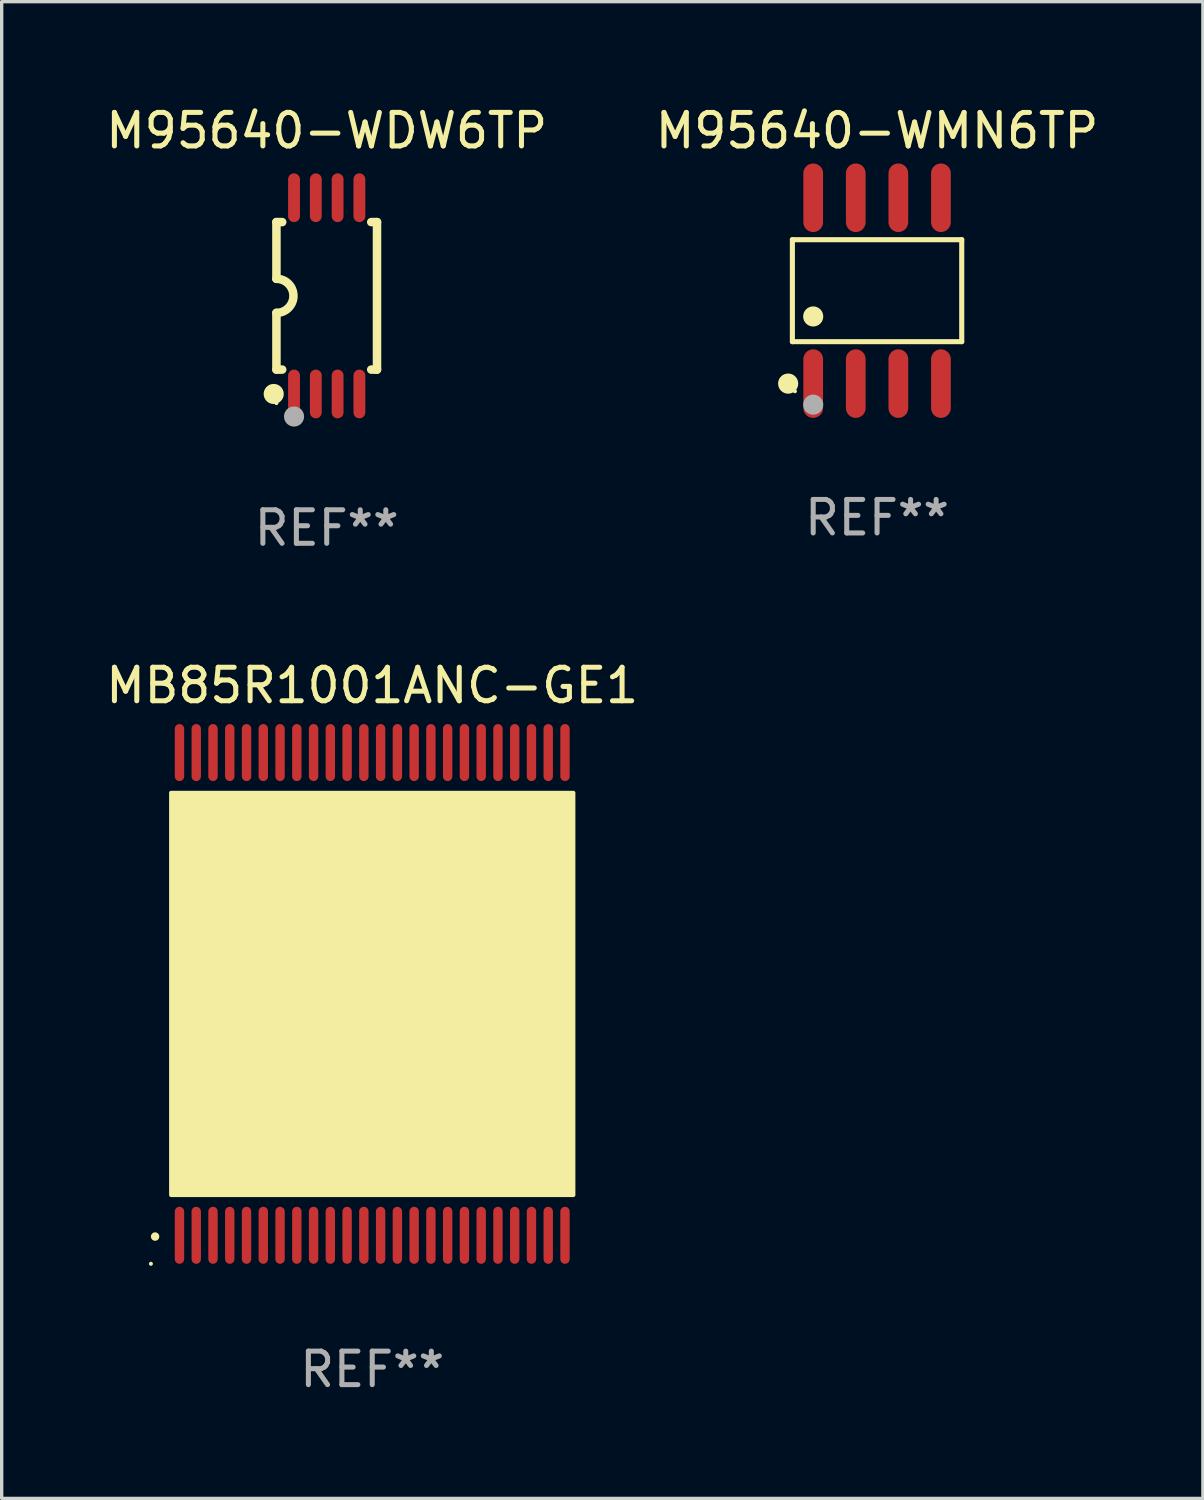
<source format=kicad_pcb>
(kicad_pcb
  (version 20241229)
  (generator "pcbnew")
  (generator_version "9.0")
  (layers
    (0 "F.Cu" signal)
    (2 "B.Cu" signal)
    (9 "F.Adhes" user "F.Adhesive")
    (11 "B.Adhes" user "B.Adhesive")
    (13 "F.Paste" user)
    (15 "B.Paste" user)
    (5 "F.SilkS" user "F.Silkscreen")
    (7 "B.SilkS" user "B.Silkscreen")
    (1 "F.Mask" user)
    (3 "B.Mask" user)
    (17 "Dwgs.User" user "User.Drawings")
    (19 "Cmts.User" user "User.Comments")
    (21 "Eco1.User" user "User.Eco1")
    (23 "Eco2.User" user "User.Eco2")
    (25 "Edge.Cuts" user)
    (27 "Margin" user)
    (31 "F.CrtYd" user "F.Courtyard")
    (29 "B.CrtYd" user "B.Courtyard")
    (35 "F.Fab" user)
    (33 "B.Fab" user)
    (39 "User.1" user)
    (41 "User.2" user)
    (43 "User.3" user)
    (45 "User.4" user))
  (footprint "M95640-WDW6TP"
    (layer "F.Cu")
    (at 6.696 5.775)
    (property "Reference" "M95640-WDW6TP" (at 0 -4.927 0) (layer "F.SilkS") (effects (font (size 1 1) (thickness 0.15))))
    (attr through_hole)
    (fp_line (start -1.5 -2.2) (end -1.5 -0.508) (stroke (width 0.254) (type solid)) (layer "F.SilkS"))
    (fp_line (start -1.5 -2.2) (end -1.328 -2.2) (stroke (width 0.254) (type solid)) (layer "F.SilkS"))
    (fp_line (start -1.5 2.2) (end -1.5 0.508) (stroke (width 0.254) (type solid)) (layer "F.SilkS"))
    (fp_line (start -1.5 2.2) (end -1.328 2.2) (stroke (width 0.254) (type solid)) (layer "F.SilkS"))
    (fp_line (start 1.328 -2.2) (end 1.5 -2.2) (stroke (width 0.254) (type solid)) (layer "F.SilkS"))
    (fp_line (start 1.328 2.2) (end 1.5 2.2) (stroke (width 0.254) (type solid)) (layer "F.SilkS"))
    (fp_line (start 1.5 -2.2) (end 1.5 2.2) (stroke (width 0.254) (type solid)) (layer "F.SilkS"))
    (fp_arc (start -1.501144 -0.508) (mid -0.993143 -0.000571) (end -1.5 0.508001) (stroke (width 0.254001) (type solid)) (layer "F.SilkS"))
    (fp_circle (center -1.581 2.927) (end -1.431 2.927) (stroke (width 0.3) (type solid)) (fill no) (layer "F.SilkS"))
    (fp_circle (center -1.5 3.2) (end -1.47 3.2) (stroke (width 0.06) (type solid)) (fill no) (layer "F.SilkS"))
    (fp_circle (center -0.975 3.6) (end -0.825 3.6) (stroke (width 0.3) (type solid)) (fill no) (layer "F.Fab"))
    (fp_text user "REF**" (at 0 6.927 0) (layer "F.Fab") (effects (font (size 1 1) (thickness 0.15))))
    (pad "1" smd oval (at -0.975 2.927) (size 0.353 1.454) (layers "F.Cu" "F.Mask" "F.Paste"))
    (pad "2" smd oval (at -0.325 2.927) (size 0.353 1.454) (layers "F.Cu" "F.Mask" "F.Paste"))
    (pad "3" smd oval (at 0.325 2.927) (size 0.353 1.454) (layers "F.Cu" "F.Mask" "F.Paste"))
    (pad "4" smd oval (at 0.975 2.927) (size 0.353 1.454) (layers "F.Cu" "F.Mask" "F.Paste"))
    (pad "5" smd oval (at 0.975 -2.927) (size 0.353 1.454) (layers "F.Cu" "F.Mask" "F.Paste"))
    (pad "6" smd oval (at 0.325 -2.927) (size 0.353 1.454) (layers "F.Cu" "F.Mask" "F.Paste"))
    (pad "7" smd oval (at -0.325 -2.927) (size 0.353 1.454) (layers "F.Cu" "F.Mask" "F.Paste"))
    (pad "8" smd oval (at -0.975 -2.927) (size 0.353 1.454) (layers "F.Cu" "F.Mask" "F.Paste")))
  (footprint "M95640-WMN6TP"
    (layer "F.Cu")
    (at 23.113 5.621)
    (property "Reference" "M95640-WMN6TP" (at 0 -4.772 0) (layer "F.SilkS") (effects (font (size 1 1) (thickness 0.15))))
    (attr through_hole)
    (fp_line (start -2.526 -1.521) (end 2.526 -1.521) (stroke (width 0.152) (type solid)) (layer "F.SilkS"))
    (fp_line (start -2.526 1.521) (end -2.526 -1.521) (stroke (width 0.152) (type solid)) (layer "F.SilkS"))
    (fp_line (start 2.526 -1.521) (end 2.526 1.521) (stroke (width 0.152) (type solid)) (layer "F.SilkS"))
    (fp_line (start 2.526 1.521) (end -2.526 1.521) (stroke (width 0.152) (type solid)) (layer "F.SilkS"))
    (fp_circle (center -2.652 2.772) (end -2.501 2.772) (stroke (width 0.3) (type solid)) (fill no) (layer "F.SilkS"))
    (fp_circle (center -2.45 3) (end -2.42 3) (stroke (width 0.06) (type solid)) (fill no) (layer "F.SilkS"))
    (fp_circle (center -1.905 0.769) (end -1.755 0.769) (stroke (width 0.3) (type solid)) (fill no) (layer "F.SilkS"))
    (fp_circle (center -1.905 3.4) (end -1.755 3.4) (stroke (width 0.3) (type solid)) (fill no) (layer "F.Fab"))
    (fp_text user "REF**" (at 0 6.772 0) (layer "F.Fab") (effects (font (size 1 1) (thickness 0.15))))
    (pad "1" smd oval (at -1.905 2.772) (size 0.588 2.045) (layers "F.Cu" "F.Mask" "F.Paste"))
    (pad "2" smd oval (at -0.635 2.772) (size 0.588 2.045) (layers "F.Cu" "F.Mask" "F.Paste"))
    (pad "3" smd oval (at 0.635 2.772) (size 0.588 2.045) (layers "F.Cu" "F.Mask" "F.Paste"))
    (pad "4" smd oval (at 1.905 2.772) (size 0.588 2.045) (layers "F.Cu" "F.Mask" "F.Paste"))
    (pad "5" smd oval (at 1.905 -2.772) (size 0.588 2.045) (layers "F.Cu" "F.Mask" "F.Paste"))
    (pad "6" smd oval (at 0.635 -2.772) (size 0.588 2.045) (layers "F.Cu" "F.Mask" "F.Paste"))
    (pad "7" smd oval (at -0.635 -2.772) (size 0.588 2.045) (layers "F.Cu" "F.Mask" "F.Paste"))
    (pad "8" smd oval (at -1.905 -2.772) (size 0.588 2.045) (layers "F.Cu" "F.Mask" "F.Paste")))
  (footprint "MB85R1001ANC-GE1"
    (layer "F.Cu")
    (at 8.054 26.599)
    (property "Reference" "MB85R1001ANC-GE1" (at 0 -9.2 0) (layer "F.SilkS") (effects (font (size 1 1) (thickness 0.15))))
    (attr through_hole)
    (fp_arc (start -6.477013 7.239141) (mid -6.47702 7.237871) (end -6.477013 7.236601) (stroke (width 0.25) (type solid)) (layer "F.SilkS"))
    (fp_arc (start -5.334011 5.080137) (mid -5.334022 5.077597) (end -5.334011 5.075057) (stroke (width 0.6) (type solid)) (layer "F.SilkS"))
    (fp_circle (center -6.602 8.05) (end -6.572 8.05) (stroke (width 0.06) (type solid)) (fill no) (layer "F.SilkS"))
    (fp_poly (pts (xy -6 -6) (xy 6 -6) (xy 6 6) (xy -6 6)) (stroke (width 0.12) (type solid)) (fill yes) (layer "F.SilkS"))
    (fp_text user "REF**" (at 0 11.2 0) (layer "F.Fab") (effects (font (size 1 1) (thickness 0.15))))
    (pad "1" smd oval (at -5.75 7.2 180) (size 0.28 1.7) (layers "F.Cu" "F.Mask" "F.Paste"))
    (pad "2" smd oval (at -5.25 7.2 180) (size 0.28 1.7) (layers "F.Cu" "F.Mask" "F.Paste"))
    (pad "3" smd oval (at -4.75 7.2 180) (size 0.28 1.7) (layers "F.Cu" "F.Mask" "F.Paste"))
    (pad "4" smd oval (at -4.25 7.2 180) (size 0.28 1.7) (layers "F.Cu" "F.Mask" "F.Paste"))
    (pad "5" smd oval (at -3.75 7.2 180) (size 0.28 1.7) (layers "F.Cu" "F.Mask" "F.Paste"))
    (pad "6" smd oval (at -3.25 7.2 180) (size 0.28 1.7) (layers "F.Cu" "F.Mask" "F.Paste"))
    (pad "7" smd oval (at -2.75 7.2 180) (size 0.28 1.7) (layers "F.Cu" "F.Mask" "F.Paste"))
    (pad "8" smd oval (at -2.25 7.2 180) (size 0.28 1.7) (layers "F.Cu" "F.Mask" "F.Paste"))
    (pad "9" smd oval (at -1.75 7.2 180) (size 0.28 1.7) (layers "F.Cu" "F.Mask" "F.Paste"))
    (pad "10" smd oval (at -1.25 7.2 180) (size 0.28 1.7) (layers "F.Cu" "F.Mask" "F.Paste"))
    (pad "11" smd oval (at -0.75 7.2 180) (size 0.28 1.7) (layers "F.Cu" "F.Mask" "F.Paste"))
    (pad "12" smd oval (at -0.25 7.2 180) (size 0.28 1.7) (layers "F.Cu" "F.Mask" "F.Paste"))
    (pad "13" smd oval (at 0.25 7.2 180) (size 0.28 1.7) (layers "F.Cu" "F.Mask" "F.Paste"))
    (pad "14" smd oval (at 0.75 7.2 180) (size 0.28 1.7) (layers "F.Cu" "F.Mask" "F.Paste"))
    (pad "15" smd oval (at 1.25 7.2 180) (size 0.28 1.7) (layers "F.Cu" "F.Mask" "F.Paste"))
    (pad "16" smd oval (at 1.75 7.2 180) (size 0.28 1.7) (layers "F.Cu" "F.Mask" "F.Paste"))
    (pad "17" smd oval (at 2.25 7.2 180) (size 0.28 1.7) (layers "F.Cu" "F.Mask" "F.Paste"))
    (pad "18" smd oval (at 2.75 7.2 180) (size 0.28 1.7) (layers "F.Cu" "F.Mask" "F.Paste"))
    (pad "19" smd oval (at 3.25 7.2 180) (size 0.28 1.7) (layers "F.Cu" "F.Mask" "F.Paste"))
    (pad "20" smd oval (at 3.75 7.2 180) (size 0.28 1.7) (layers "F.Cu" "F.Mask" "F.Paste"))
    (pad "21" smd oval (at 4.25 7.2 180) (size 0.28 1.7) (layers "F.Cu" "F.Mask" "F.Paste"))
    (pad "22" smd oval (at 4.75 7.2 180) (size 0.28 1.7) (layers "F.Cu" "F.Mask" "F.Paste"))
    (pad "23" smd oval (at 5.25 7.2 180) (size 0.28 1.7) (layers "F.Cu" "F.Mask" "F.Paste"))
    (pad "24" smd oval (at 5.75 7.2 180) (size 0.28 1.7) (layers "F.Cu" "F.Mask" "F.Paste"))
    (pad "25" smd oval (at 5.75 -7.2 180) (size 0.28 1.7) (layers "F.Cu" "F.Mask" "F.Paste"))
    (pad "26" smd oval (at 5.25 -7.2 180) (size 0.28 1.7) (layers "F.Cu" "F.Mask" "F.Paste"))
    (pad "27" smd oval (at 4.75 -7.2 180) (size 0.28 1.7) (layers "F.Cu" "F.Mask" "F.Paste"))
    (pad "28" smd oval (at 4.25 -7.2 180) (size 0.28 1.7) (layers "F.Cu" "F.Mask" "F.Paste"))
    (pad "29" smd oval (at 3.75 -7.2 180) (size 0.28 1.7) (layers "F.Cu" "F.Mask" "F.Paste"))
    (pad "30" smd oval (at 3.25 -7.2 180) (size 0.28 1.7) (layers "F.Cu" "F.Mask" "F.Paste"))
    (pad "31" smd oval (at 2.75 -7.2 180) (size 0.28 1.7) (layers "F.Cu" "F.Mask" "F.Paste"))
    (pad "32" smd oval (at 2.25 -7.2 180) (size 0.28 1.7) (layers "F.Cu" "F.Mask" "F.Paste"))
    (pad "33" smd oval (at 1.75 -7.2 180) (size 0.28 1.7) (layers "F.Cu" "F.Mask" "F.Paste"))
    (pad "34" smd oval (at 1.25 -7.2 180) (size 0.28 1.7) (layers "F.Cu" "F.Mask" "F.Paste"))
    (pad "35" smd oval (at 0.75 -7.2 180) (size 0.28 1.7) (layers "F.Cu" "F.Mask" "F.Paste"))
    (pad "36" smd oval (at 0.25 -7.2 180) (size 0.28 1.7) (layers "F.Cu" "F.Mask" "F.Paste"))
    (pad "37" smd oval (at -0.25 -7.2 180) (size 0.28 1.7) (layers "F.Cu" "F.Mask" "F.Paste"))
    (pad "38" smd oval (at -0.75 -7.2 180) (size 0.28 1.7) (layers "F.Cu" "F.Mask" "F.Paste"))
    (pad "39" smd oval (at -1.25 -7.2 180) (size 0.28 1.7) (layers "F.Cu" "F.Mask" "F.Paste"))
    (pad "40" smd oval (at -1.75 -7.2 180) (size 0.28 1.7) (layers "F.Cu" "F.Mask" "F.Paste"))
    (pad "41" smd oval (at -2.25 -7.2 180) (size 0.28 1.7) (layers "F.Cu" "F.Mask" "F.Paste"))
    (pad "42" smd oval (at -2.75 -7.2 180) (size 0.28 1.7) (layers "F.Cu" "F.Mask" "F.Paste"))
    (pad "43" smd oval (at -3.25 -7.2 180) (size 0.28 1.7) (layers "F.Cu" "F.Mask" "F.Paste"))
    (pad "44" smd oval (at -3.75 -7.2 180) (size 0.28 1.7) (layers "F.Cu" "F.Mask" "F.Paste"))
    (pad "45" smd oval (at -4.25 -7.2 180) (size 0.28 1.7) (layers "F.Cu" "F.Mask" "F.Paste"))
    (pad "46" smd oval (at -4.75 -7.2 180) (size 0.28 1.7) (layers "F.Cu" "F.Mask" "F.Paste"))
    (pad "47" smd oval (at -5.25 -7.2 180) (size 0.28 1.7) (layers "F.Cu" "F.Mask" "F.Paste"))
    (pad "48" smd oval (at -5.75 -7.2 180) (size 0.28 1.7) (layers "F.Cu" "F.Mask" "F.Paste")))
  (gr_rect
    (start -3 -3)
    (end 32.833 41.647)
    (stroke (width 0.1) (type default))
    (fill no)
    (layer "Edge.Cuts")))
</source>
